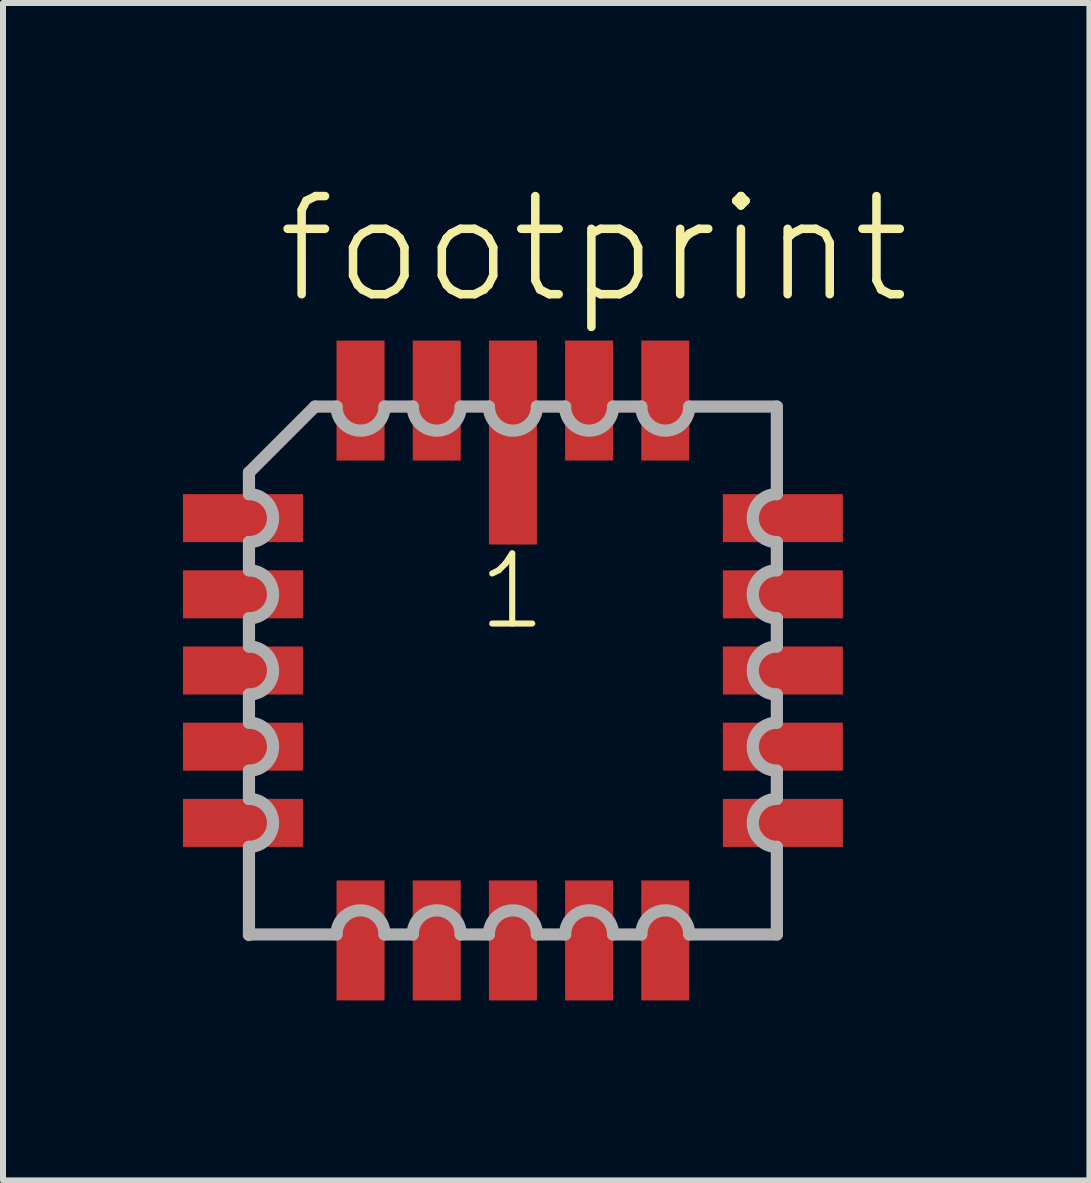
<source format=kicad_pcb>
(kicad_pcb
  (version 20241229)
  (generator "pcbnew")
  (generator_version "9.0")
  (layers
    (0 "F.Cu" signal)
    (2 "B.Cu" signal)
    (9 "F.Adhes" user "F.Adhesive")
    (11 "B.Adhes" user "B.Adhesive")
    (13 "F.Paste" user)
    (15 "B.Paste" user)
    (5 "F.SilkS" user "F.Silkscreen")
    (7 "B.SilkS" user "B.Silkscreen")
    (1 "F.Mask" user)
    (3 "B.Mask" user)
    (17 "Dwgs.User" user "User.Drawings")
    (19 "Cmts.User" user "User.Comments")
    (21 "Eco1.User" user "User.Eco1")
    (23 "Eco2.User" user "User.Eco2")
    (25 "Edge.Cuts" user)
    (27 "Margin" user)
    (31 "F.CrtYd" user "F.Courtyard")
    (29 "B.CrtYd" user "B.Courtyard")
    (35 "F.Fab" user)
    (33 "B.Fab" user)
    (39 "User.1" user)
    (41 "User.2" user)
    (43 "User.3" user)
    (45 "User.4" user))
  (footprint "footprint"
    (layer "F.Cu")
    (at 5.5 8.127)
    (property "Reference" "footprint" (at -4.005 -6.065 0) (layer "F.SilkS") (effects (font (size 1.636 1.636) (thickness 0.142)) (justify left bottom)))
    (fp_line (start -4.4 -3.3) (end -4.4 -2.94) (stroke (width 0.203) (type solid)) (layer "F.Fab"))
    (fp_line (start -4.4 -2.14) (end -4.4 -1.67) (stroke (width 0.203) (type solid)) (layer "F.Fab"))
    (fp_line (start -4.4 -0.87) (end -4.4 -0.4) (stroke (width 0.203) (type solid)) (layer "F.Fab"))
    (fp_line (start -4.4 0.4) (end -4.4 0.87) (stroke (width 0.203) (type solid)) (layer "F.Fab"))
    (fp_line (start -4.4 1.67) (end -4.4 2.14) (stroke (width 0.203) (type solid)) (layer "F.Fab"))
    (fp_line (start -4.4 2.94) (end -4.4 4.4) (stroke (width 0.203) (type solid)) (layer "F.Fab"))
    (fp_line (start -4.4 4.4) (end -4.4 4.41) (stroke (width 0.203) (type solid)) (layer "F.Fab"))
    (fp_line (start -4.4 4.4) (end -2.94 4.4) (stroke (width 0.203) (type solid)) (layer "F.Fab"))
    (fp_line (start -3.3 -4.4) (end -4.4 -3.3) (stroke (width 0.203) (type solid)) (layer "F.Fab"))
    (fp_line (start -2.94 -4.4) (end -3.3 -4.4) (stroke (width 0.203) (type solid)) (layer "F.Fab"))
    (fp_line (start -2.14 4.4) (end -1.67 4.4) (stroke (width 0.203) (type solid)) (layer "F.Fab"))
    (fp_line (start -1.67 -4.4) (end -2.14 -4.4) (stroke (width 0.203) (type solid)) (layer "F.Fab"))
    (fp_line (start -0.87 4.4) (end -0.4 4.4) (stroke (width 0.203) (type solid)) (layer "F.Fab"))
    (fp_line (start -0.4 -4.4) (end -0.87 -4.4) (stroke (width 0.203) (type solid)) (layer "F.Fab"))
    (fp_line (start 0.4 4.4) (end 0.87 4.4) (stroke (width 0.203) (type solid)) (layer "F.Fab"))
    (fp_line (start 0.87 -4.4) (end 0.4 -4.4) (stroke (width 0.203) (type solid)) (layer "F.Fab"))
    (fp_line (start 1.67 4.4) (end 2.14 4.4) (stroke (width 0.203) (type solid)) (layer "F.Fab"))
    (fp_line (start 2.14 -4.4) (end 1.67 -4.4) (stroke (width 0.203) (type solid)) (layer "F.Fab"))
    (fp_line (start 2.94 4.4) (end 4.4 4.4) (stroke (width 0.203) (type solid)) (layer "F.Fab"))
    (fp_line (start 4.4 -4.4) (end 2.94 -4.4) (stroke (width 0.203) (type solid)) (layer "F.Fab"))
    (fp_line (start 4.4 -2.94) (end 4.4 -4.4) (stroke (width 0.203) (type solid)) (layer "F.Fab"))
    (fp_line (start 4.4 -1.67) (end 4.4 -2.14) (stroke (width 0.203) (type solid)) (layer "F.Fab"))
    (fp_line (start 4.4 -0.4) (end 4.4 -0.87) (stroke (width 0.203) (type solid)) (layer "F.Fab"))
    (fp_line (start 4.4 0.87) (end 4.4 0.4) (stroke (width 0.203) (type solid)) (layer "F.Fab"))
    (fp_line (start 4.4 2.14) (end 4.4 1.67) (stroke (width 0.203) (type solid)) (layer "F.Fab"))
    (fp_line (start 4.4 4.4) (end 4.4 2.94) (stroke (width 0.203) (type solid)) (layer "F.Fab"))
    (fp_arc (start -4.3984 -2.94) (mid -3.9984 -2.54) (end -4.3984 -2.14) (stroke (width 0.2032) (type solid)) (layer "F.Fab"))
    (fp_arc (start -4.3984 -1.67) (mid -3.9984 -1.27) (end -4.3984 -0.87) (stroke (width 0.2032) (type solid)) (layer "F.Fab"))
    (fp_arc (start -4.3984 -0.4) (mid -3.9984 0) (end -4.3984 0.4) (stroke (width 0.2032) (type solid)) (layer "F.Fab"))
    (fp_arc (start -4.3984 0.87) (mid -3.9984 1.27) (end -4.3984 1.67) (stroke (width 0.2032) (type solid)) (layer "F.Fab"))
    (fp_arc (start -4.3984 2.14) (mid -3.9984 2.54) (end -4.3984 2.94) (stroke (width 0.2032) (type solid)) (layer "F.Fab"))
    (fp_arc (start -2.94 4.3984) (mid -2.54 3.9984) (end -2.14 4.3984) (stroke (width 0.2032) (type solid)) (layer "F.Fab"))
    (fp_arc (start -2.14 -4.3984) (mid -2.54 -3.9984) (end -2.94 -4.3984) (stroke (width 0.2032) (type solid)) (layer "F.Fab"))
    (fp_arc (start -1.67 4.3984) (mid -1.27 3.9984) (end -0.87 4.3984) (stroke (width 0.2032) (type solid)) (layer "F.Fab"))
    (fp_arc (start -0.87 -4.3984) (mid -1.27 -3.9984) (end -1.67 -4.3984) (stroke (width 0.2032) (type solid)) (layer "F.Fab"))
    (fp_arc (start -0.4 4.3984) (mid 0 3.9984) (end 0.4 4.3984) (stroke (width 0.2032) (type solid)) (layer "F.Fab"))
    (fp_arc (start 0.4 -4.3984) (mid 0 -3.9984) (end -0.4 -4.3984) (stroke (width 0.2032) (type solid)) (layer "F.Fab"))
    (fp_arc (start 0.87 4.3984) (mid 1.27 3.9984) (end 1.67 4.3984) (stroke (width 0.2032) (type solid)) (layer "F.Fab"))
    (fp_arc (start 1.67 -4.3984) (mid 1.27 -3.9984) (end 0.87 -4.3984) (stroke (width 0.2032) (type solid)) (layer "F.Fab"))
    (fp_arc (start 2.14 4.3984) (mid 2.54 3.9984) (end 2.94 4.3984) (stroke (width 0.2032) (type solid)) (layer "F.Fab"))
    (fp_arc (start 2.94 -4.3984) (mid 2.54 -3.9984) (end 2.14 -4.3984) (stroke (width 0.2032) (type solid)) (layer "F.Fab"))
    (fp_arc (start 4.3984 -2.14) (mid 3.9984 -2.54) (end 4.3984 -2.94) (stroke (width 0.2032) (type solid)) (layer "F.Fab"))
    (fp_arc (start 4.3984 -0.87) (mid 3.9984 -1.27) (end 4.3984 -1.67) (stroke (width 0.2032) (type solid)) (layer "F.Fab"))
    (fp_arc (start 4.3984 0.4) (mid 3.9984 0) (end 4.3984 -0.4) (stroke (width 0.2032) (type solid)) (layer "F.Fab"))
    (fp_arc (start 4.3984 1.67) (mid 3.9984 1.27) (end 4.3984 0.87) (stroke (width 0.2032) (type solid)) (layer "F.Fab"))
    (fp_arc (start 4.3984 2.94) (mid 3.9984 2.54) (end 4.3984 2.14) (stroke (width 0.2032) (type solid)) (layer "F.Fab"))
    (fp_text user "1" (at -0.635 -0.635 0) (layer "F.SilkS") (effects (font (size 1.168 1.168) (thickness 0.102)) (justify left bottom)))
    (pad "1" smd rect (at 0 -3.8) (size 0.8 3.4) (layers "F.Cu" "F.Mask" "F.Paste"))
    (pad "2" smd rect (at -1.27 -4.5) (size 0.8 2) (layers "F.Cu" "F.Mask" "F.Paste"))
    (pad "3" smd rect (at -2.54 -4.5) (size 0.8 2) (layers "F.Cu" "F.Mask" "F.Paste"))
    (pad "4" smd rect (at -4.5 -2.54) (size 2 0.8) (layers "F.Cu" "F.Mask" "F.Paste"))
    (pad "5" smd rect (at -4.5 -1.27) (size 2 0.8) (layers "F.Cu" "F.Mask" "F.Paste"))
    (pad "6" smd rect (at -4.5 0) (size 2 0.8) (layers "F.Cu" "F.Mask" "F.Paste"))
    (pad "7" smd rect (at -4.5 1.27) (size 2 0.8) (layers "F.Cu" "F.Mask" "F.Paste"))
    (pad "8" smd rect (at -4.5 2.54) (size 2 0.8) (layers "F.Cu" "F.Mask" "F.Paste"))
    (pad "9" smd rect (at -2.54 4.5) (size 0.8 2) (layers "F.Cu" "F.Mask" "F.Paste"))
    (pad "10" smd rect (at -1.27 4.5) (size 0.8 2) (layers "F.Cu" "F.Mask" "F.Paste"))
    (pad "11" smd rect (at 0 4.5) (size 0.8 2) (layers "F.Cu" "F.Mask" "F.Paste"))
    (pad "12" smd rect (at 1.27 4.5) (size 0.8 2) (layers "F.Cu" "F.Mask" "F.Paste"))
    (pad "13" smd rect (at 2.54 4.5) (size 0.8 2) (layers "F.Cu" "F.Mask" "F.Paste"))
    (pad "14" smd rect (at 4.5 2.54) (size 2 0.8) (layers "F.Cu" "F.Mask" "F.Paste"))
    (pad "15" smd rect (at 4.5 1.27) (size 2 0.8) (layers "F.Cu" "F.Mask" "F.Paste"))
    (pad "16" smd rect (at 4.5 0) (size 2 0.8) (layers "F.Cu" "F.Mask" "F.Paste"))
    (pad "17" smd rect (at 4.5 -1.27) (size 2 0.8) (layers "F.Cu" "F.Mask" "F.Paste"))
    (pad "18" smd rect (at 4.5 -2.54) (size 2 0.8) (layers "F.Cu" "F.Mask" "F.Paste"))
    (pad "19" smd rect (at 2.54 -4.5) (size 0.8 2) (layers "F.Cu" "F.Mask" "F.Paste"))
    (pad "20" smd rect (at 1.27 -4.5) (size 0.8 2) (layers "F.Cu" "F.Mask" "F.Paste")))
  (gr_rect
    (start -3 -3)
    (end 15.11 16.627)
    (stroke (width 0.1) (type default))
    (fill no)
    (layer "Edge.Cuts")))
</source>
